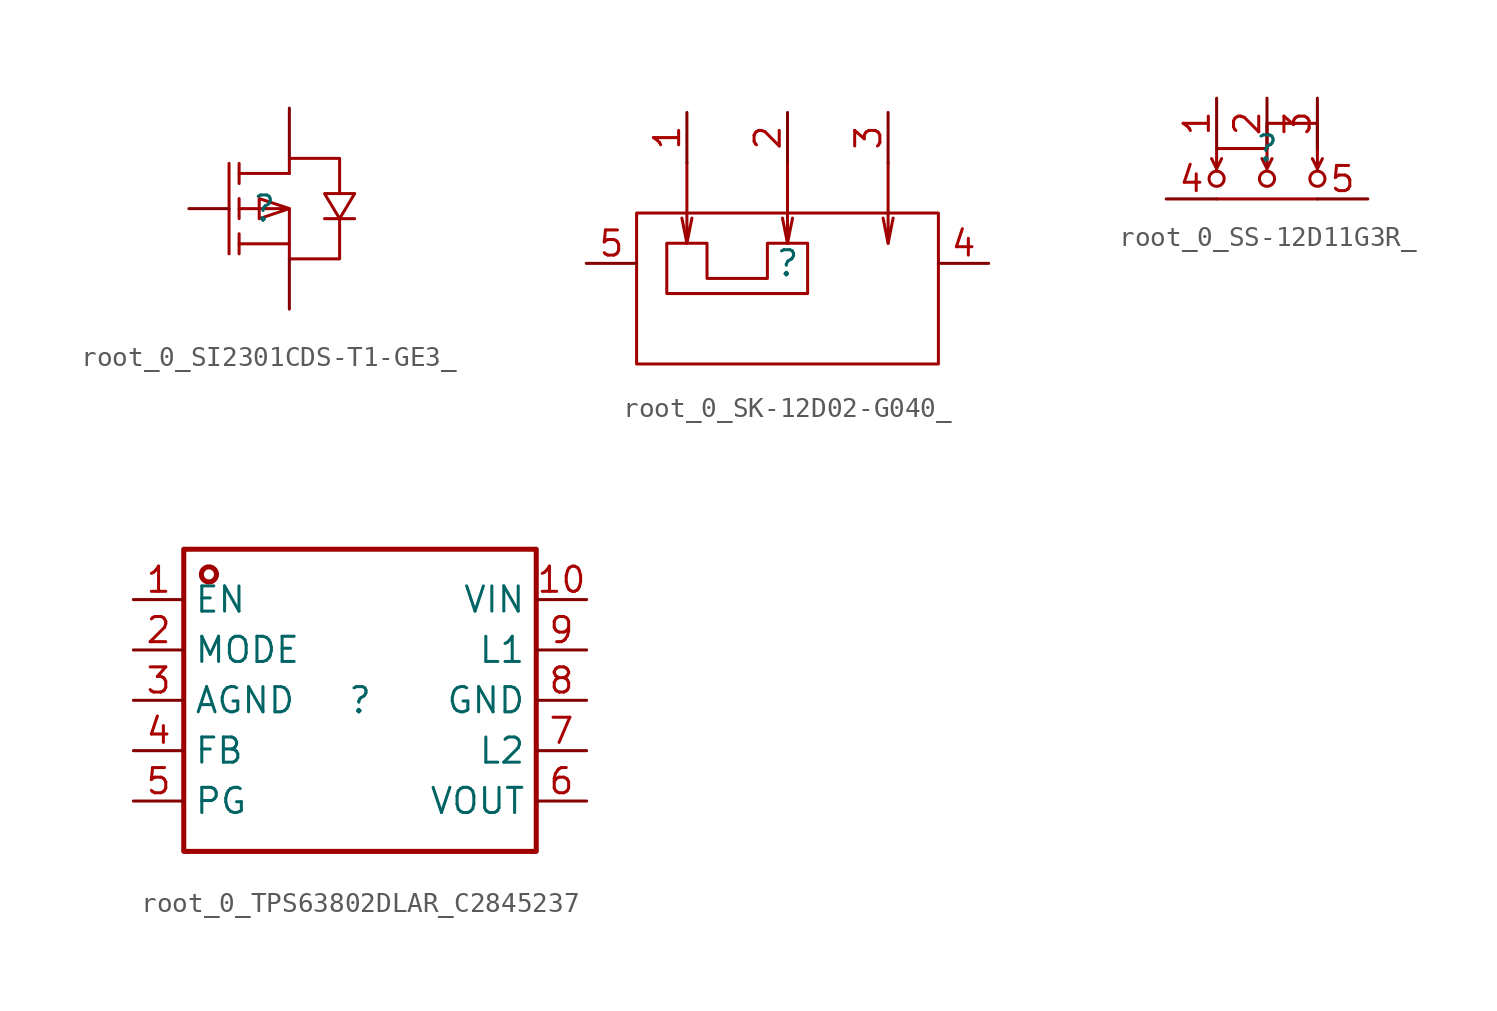
<source format=kicad_sym>
(kicad_symbol_lib
  (version 20241209)
  (generator "kicad_symbol_editor")
  (generator_version "9.0")
  (symbol "root_0_SI2301CDS-T1-GE3_"
    (pin_numbers
      (hide yes))
    (pin_names
      (hide yes))
    (property "Reference" ""
      (at 0 0 0)
      (effects (font (size 1.27 1.27))))
    (property "Value" ""
      (at 0 0 0)
      (effects (font (size 1.27 1.27))))
    (symbol "root_0_SI2301CDS-T1-GE3__1_0"
      (polyline (pts (xy -1.778 2.286) (xy -1.778 -2.286)) (stroke (width 0) (type solid) (color 160 0 0 1)) (fill (type none)))
      (polyline (pts (xy -1.27 1.27) (xy -1.27 2.286)) (stroke (width 0) (type solid) (color 160 0 0 1)) (fill (type none)))
      (polyline (pts (xy -1.27 0) (xy 1.27 0) (xy 1.27 0) (xy 1.27 -2.54)) (stroke (width 0) (type solid) (color 160 0 0 1)) (fill (type none)))
      (polyline (pts (xy -1.27 -0.508) (xy -1.27 0.508)) (stroke (width 0) (type solid) (color 160 0 0 1)) (fill (type none)))
      (polyline (pts (xy -1.27 -2.286) (xy -1.27 -1.27)) (stroke (width 0) (type solid) (color 160 0 0 1)) (fill (type none)))
      (polyline (pts (xy 1.27 1.778) (xy -1.27 1.778)) (stroke (width 0) (type solid) (color 160 0 0 1)) (fill (type none)))
      (polyline (pts (xy 1.27 1.778) (xy 1.27 2.54) (xy 1.27 2.54) (xy 3.81 2.54) (xy 3.81 2.54) (xy 3.81 0.762)) (stroke (width 0) (type solid) (color 160 0 0 1)) (fill (type none)))
      (polyline (pts (xy 1.27 0) (xy -0.254 0.508) (xy -0.254 0.508) (xy -0.254 -0.508) (xy -0.254 -0.508) (xy 1.27 0)) (stroke (width 0) (type solid) (color 160 0 0 1)) (fill (type none)))
      (polyline (pts (xy 1.27 -1.778) (xy -1.27 -1.778)) (stroke (width 0) (type solid) (color 160 0 0 1)) (fill (type none)))
      (polyline (pts (xy 1.27 -2.54) (xy 3.81 -2.54) (xy 3.81 -2.54) (xy 3.81 -0.508)) (stroke (width 0) (type solid) (color 160 0 0 1)) (fill (type none)))
      (polyline (pts (xy 3.81 -0.508) (xy 4.572 0.762) (xy 4.572 0.762) (xy 3.048 0.762) (xy 3.048 0.762) (xy 3.81 -0.508)) (stroke (width 0) (type solid) (color 160 0 0 1)) (fill (type none)))
      (polyline (pts (xy 4.572 -0.508) (xy 4.318 -0.508) (xy 4.318 -0.508) (xy 3.302 -0.508) (xy 3.302 -0.508) (xy 3.048 -0.508)) (stroke (width 0) (type solid) (color 160 0 0 1)) (fill (type none)))
      (pin passive line (at -3.81 0 0) (length 2.032) (name "G" (effects (font (size 1.27 1.27)))) (number "1" (effects (font (size 1.27 1.27)))))
      (pin passive line (at 1.27 5.08 270) (length 2.54) (name "D" (effects (font (size 1.27 1.27)))) (number "3" (effects (font (size 1.27 1.27)))))
      (pin passive line (at 1.27 -5.08 90) (length 2.54) (name "S" (effects (font (size 1.27 1.27)))) (number "2" (effects (font (size 1.27 1.27)))))))
  (symbol "root_0_SK-12D02-G040_"
    (pin_names
      (hide yes))
    (property "Reference" ""
      (at 0 0 0)
      (effects (font (size 1.27 1.27))))
    (property "Value" ""
      (at 0 0 0)
      (effects (font (size 1.27 1.27))))
    (symbol "root_0_SK-12D02-G040__1_0"
      (rectangle (start -7.62 2.54) (end 7.62 -5.08) (stroke (width 0) (type solid) (color 160 0 0 1)) (fill (type none)))
      (polyline (pts (xy -6.096 -1.524) (xy -6.096 1.016) (xy -6.096 1.016) (xy -4.064 1.016) (xy -4.064 1.016) (xy -4.064 -0.762) (xy -4.064 -0.762) (xy -1.016 -0.762) (xy -1.016 -0.762) (xy -1.016 1.016) (xy -1.016 1.016) (xy 1.016 1.016) (xy 1.016 1.016) (xy 1.016 -1.524) (xy 1.016 -1.524) (xy -6.096 -1.524)) (stroke (width 0) (type solid) (color 160 0 0 1)) (fill (type none)))
      (polyline (pts (xy -5.08 5.08) (xy -5.08 1.016) (xy -5.08 1.016) (xy -4.826 2.286)) (stroke (width 0) (type solid) (color 160 0 0 1)) (fill (type none)))
      (polyline (pts (xy -5.08 1.016) (xy -5.334 2.286)) (stroke (width 0) (type solid) (color 160 0 0 1)) (fill (type none)))
      (polyline (pts (xy 0 5.08) (xy 0 1.016) (xy 0 1.016) (xy 0.254 2.286)) (stroke (width 0) (type solid) (color 160 0 0 1)) (fill (type none)))
      (polyline (pts (xy 0 1.016) (xy -0.254 2.286)) (stroke (width 0) (type solid) (color 160 0 0 1)) (fill (type none)))
      (polyline (pts (xy 5.08 5.08) (xy 5.08 1.016) (xy 5.08 1.016) (xy 5.334 2.286)) (stroke (width 0) (type solid) (color 160 0 0 1)) (fill (type none)))
      (polyline (pts (xy 5.08 1.016) (xy 4.826 2.286)) (stroke (width 0) (type solid) (color 160 0 0 1)) (fill (type none)))
      (pin passive line (at -10.16 0 0) (length 2.54) (name "5" (effects (font (size 1.27 1.27)))) (number "5" (effects (font (size 1.27 1.27)))))
      (pin passive line (at -5.08 7.62 270) (length 2.54) (name "1" (effects (font (size 1.27 1.27)))) (number "1" (effects (font (size 1.27 1.27)))))
      (pin passive line (at 0 7.62 270) (length 2.54) (name "2" (effects (font (size 1.27 1.27)))) (number "2" (effects (font (size 1.27 1.27)))))
      (pin passive line (at 5.08 7.62 270) (length 2.54) (name "3" (effects (font (size 1.27 1.27)))) (number "3" (effects (font (size 1.27 1.27)))))
      (pin passive line (at 10.16 0 180) (length 2.54) (name "4" (effects (font (size 1.27 1.27)))) (number "4" (effects (font (size 1.27 1.27)))))))
  (symbol "root_0_SS-12D11G3R_"
    (pin_names
      (hide yes))
    (property "Reference" ""
      (at 0 0 0)
      (effects (font (size 1.27 1.27))))
    (property "Value" ""
      (at 0 0 0)
      (effects (font (size 1.27 1.27))))
    (symbol "root_0_SS-12D11G3R__1_0"
      (polyline (pts (xy -2.54 -1.016) (xy -2.794 -0.508)) (stroke (width 0) (type solid) (color 160 0 0 1)) (fill (type none)))
      (polyline (pts (xy -2.54 -1.016) (xy -2.286 -0.508)) (stroke (width 0) (type solid) (color 160 0 0 1)) (fill (type none)))
      (polyline (pts (xy -2.54 -1.016) (xy -2.54 0) (xy -2.54 0) (xy 0 0) (xy 0 0) (xy 0 -1.016) (xy 0 -1.016) (xy 0.254 -0.508)) (stroke (width 0) (type solid) (color 160 0 0 1)) (fill (type none)))
      (circle (center -2.54 -1.524) (radius 0.381) (stroke (width 0) (type solid) (color 160 0 0 1)) (fill (type none)))
      (polyline (pts (xy -2.54 -2.54) (xy 2.54 -2.54)) (stroke (width 0) (type solid) (color 160 0 0 1)) (fill (type none)))
      (polyline (pts (xy 0 0) (xy 0 1.27) (xy 0 1.27) (xy 2.54 1.27) (xy 2.54 1.27) (xy 2.54 -1.016) (xy 2.54 -1.016) (xy 2.794 -0.508)) (stroke (width 0) (type solid) (color 160 0 0 1)) (fill (type none)))
      (polyline (pts (xy 0 -1.016) (xy -0.254 -0.508)) (stroke (width 0) (type solid) (color 160 0 0 1)) (fill (type none)))
      (circle (center 0 -1.524) (radius 0.381) (stroke (width 0) (type solid) (color 160 0 0 1)) (fill (type none)))
      (polyline (pts (xy 2.54 -1.016) (xy 2.286 -0.508)) (stroke (width 0) (type solid) (color 160 0 0 1)) (fill (type none)))
      (circle (center 2.54 -1.524) (radius 0.381) (stroke (width 0) (type solid) (color 160 0 0 1)) (fill (type none)))
      (pin passive line (at -5.08 -2.54 0) (length 2.54) (name "4" (effects (font (size 1.27 1.27)))) (number "4" (effects (font (size 1.27 1.27)))))
      (pin passive line (at -2.54 2.54 270) (length 2.54) (name "1" (effects (font (size 1.27 1.27)))) (number "1" (effects (font (size 1.27 1.27)))))
      (pin passive line (at 0 2.54 270) (length 2.54) (name "2" (effects (font (size 1.27 1.27)))) (number "2" (effects (font (size 1.27 1.27)))))
      (pin passive line (at 2.54 2.54 270) (length 2.54) (name "3" (effects (font (size 1.27 1.27)))) (number "3" (effects (font (size 1.27 1.27)))))
      (pin passive line (at 5.08 -2.54 180) (length 2.54) (name "5" (effects (font (size 1.27 1.27)))) (number "5" (effects (font (size 1.27 1.27)))))))
  (symbol "root_0_TPS63802DLAR_C2845237"
    (property "Reference" ""
      (at 0 0 0)
      (effects (font (size 1.27 1.27))))
    (property "Value" ""
      (at 0 0 0)
      (effects (font (size 1.27 1.27))))
    (symbol "root_0_TPS63802DLAR_C2845237_1_0"
      (rectangle (start -8.89 7.62) (end 8.89 -7.62) (stroke (width 0.254) (type solid) (color 160 0 0 1)) (fill (type none)))
      (circle (center -7.62 6.35) (radius 0.381) (stroke (width 0.254) (type solid) (color 160 0 0 1)) (fill (type none)))
      (pin passive line (at -11.43 5.08 0) (length 2.54) (name "EN" (effects (font (size 1.27 1.27)))) (number "1" (effects (font (size 1.27 1.27)))))
      (pin passive line (at -11.43 2.54 0) (length 2.54) (name "MODE" (effects (font (size 1.27 1.27)))) (number "2" (effects (font (size 1.27 1.27)))))
      (pin passive line (at -11.43 0 0) (length 2.54) (name "AGND" (effects (font (size 1.27 1.27)))) (number "3" (effects (font (size 1.27 1.27)))))
      (pin passive line (at -11.43 -2.54 0) (length 2.54) (name "FB" (effects (font (size 1.27 1.27)))) (number "4" (effects (font (size 1.27 1.27)))))
      (pin passive line (at -11.43 -5.08 0) (length 2.54) (name "PG" (effects (font (size 1.27 1.27)))) (number "5" (effects (font (size 1.27 1.27)))))
      (pin passive line (at 11.43 5.08 180) (length 2.54) (name "VIN" (effects (font (size 1.27 1.27)))) (number "10" (effects (font (size 1.27 1.27)))))
      (pin passive line (at 11.43 2.54 180) (length 2.54) (name "L1" (effects (font (size 1.27 1.27)))) (number "9" (effects (font (size 1.27 1.27)))))
      (pin passive line (at 11.43 0 180) (length 2.54) (name "GND" (effects (font (size 1.27 1.27)))) (number "8" (effects (font (size 1.27 1.27)))))
      (pin passive line (at 11.43 -2.54 180) (length 2.54) (name "L2" (effects (font (size 1.27 1.27)))) (number "7" (effects (font (size 1.27 1.27)))))
      (pin passive line (at 11.43 -5.08 180) (length 2.54) (name "VOUT" (effects (font (size 1.27 1.27)))) (number "6" (effects (font (size 1.27 1.27))))))))
</source>
